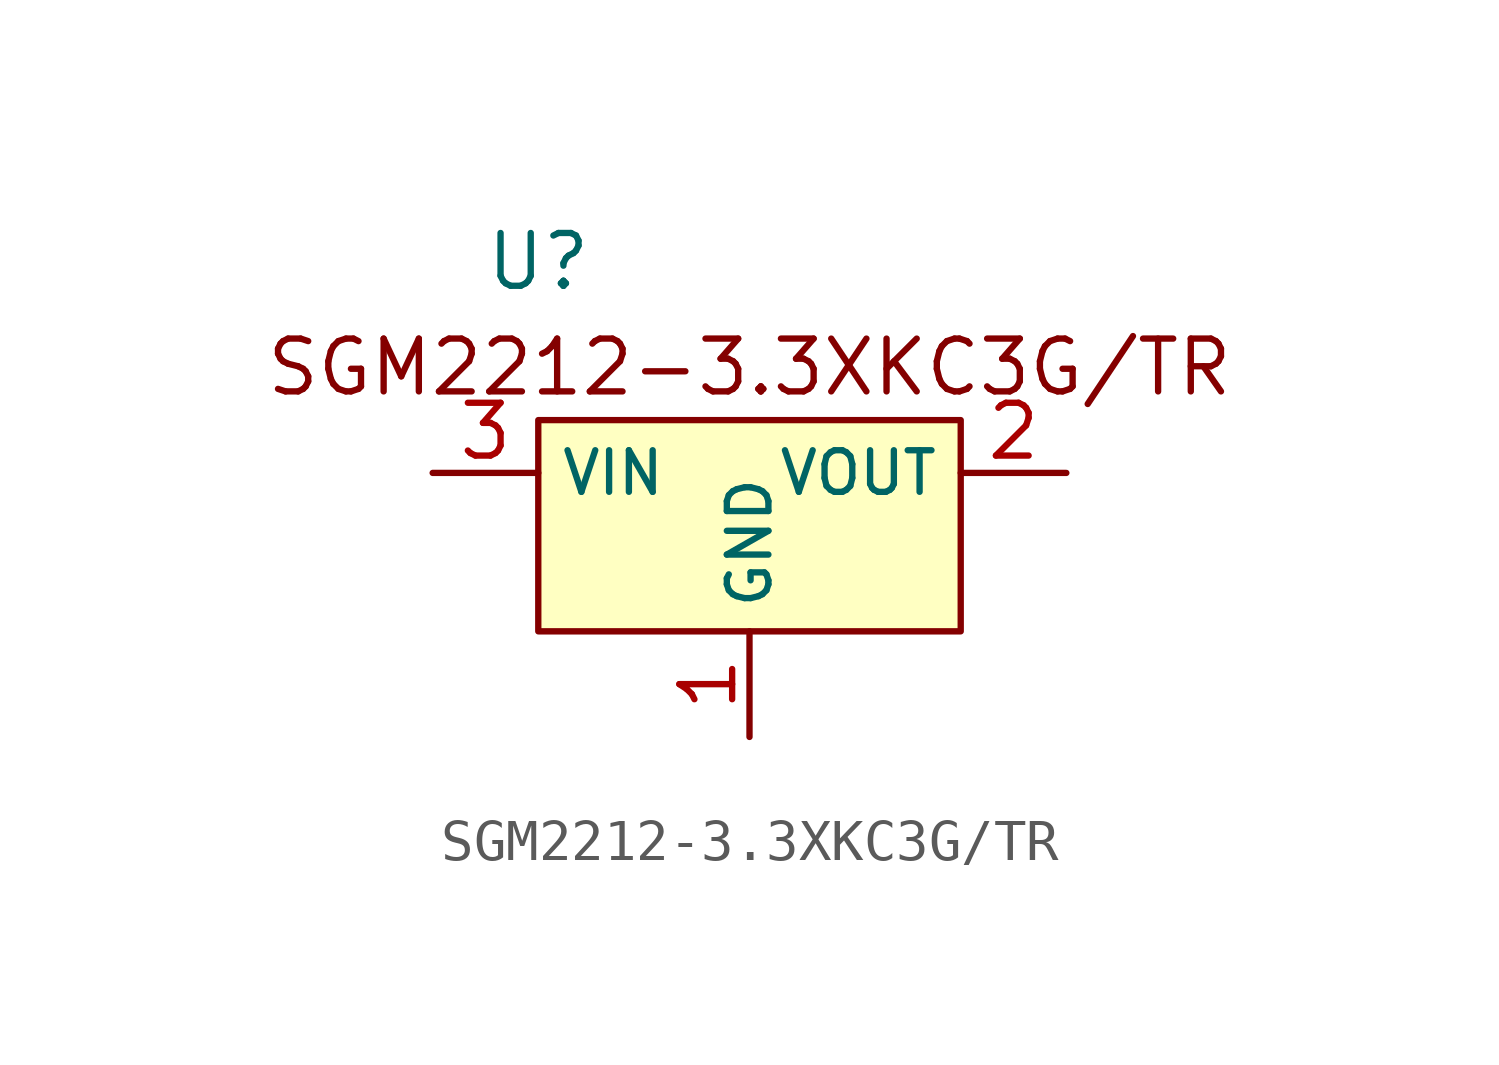
<source format=kicad_sym>
(kicad_symbol_lib
  (version 20220914)
  (generator kicad_symbol_editor)
  (symbol "SGM2212-3.3XKC3G/TR"
    (property "Reference" "U"
      (at -5.08 7.62 0)
      (effects (font (size 1.27 1.27))))
    (property "Value" ""
      (at 0 0 0)
      (effects (font (size 1.27 1.27))))
    (symbol "SGM2212-3.3XKC3G/TR_1_1"
      (rectangle (start -5.08 3.81) (end 5.08 -1.27) (stroke (width 0) (type default)) (fill (type background)))
      (text "SGM2212-3.3XKC3G/TR" (at 0 5.08 0) (effects (font (size 1.27 1.27))))
      (pin bidirectional line (at 0 -3.81 90) (length 2.54) (name "GND" (effects (font (size 1 1)))) (number "1" (effects (font (size 1.27 1.27)))))
      (pin bidirectional line (at 7.62 2.54 180) (length 2.54) (name "VOUT" (effects (font (size 1 1)))) (number "2" (effects (font (size 1.27 1.27)))))
      (pin bidirectional line (at -7.62 2.54 0) (length 2.54) (name "VIN" (effects (font (size 1 1)))) (number "3" (effects (font (size 1.27 1.27))))))))
</source>
